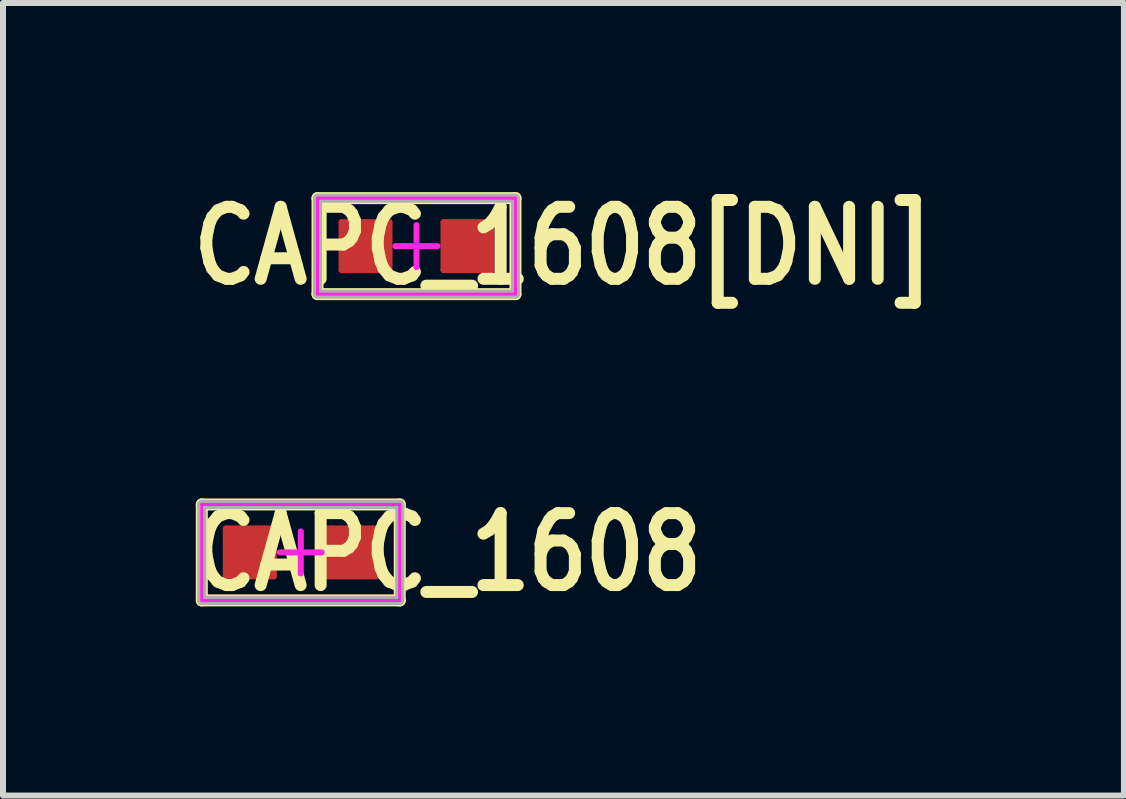
<source format=kicad_pcb>
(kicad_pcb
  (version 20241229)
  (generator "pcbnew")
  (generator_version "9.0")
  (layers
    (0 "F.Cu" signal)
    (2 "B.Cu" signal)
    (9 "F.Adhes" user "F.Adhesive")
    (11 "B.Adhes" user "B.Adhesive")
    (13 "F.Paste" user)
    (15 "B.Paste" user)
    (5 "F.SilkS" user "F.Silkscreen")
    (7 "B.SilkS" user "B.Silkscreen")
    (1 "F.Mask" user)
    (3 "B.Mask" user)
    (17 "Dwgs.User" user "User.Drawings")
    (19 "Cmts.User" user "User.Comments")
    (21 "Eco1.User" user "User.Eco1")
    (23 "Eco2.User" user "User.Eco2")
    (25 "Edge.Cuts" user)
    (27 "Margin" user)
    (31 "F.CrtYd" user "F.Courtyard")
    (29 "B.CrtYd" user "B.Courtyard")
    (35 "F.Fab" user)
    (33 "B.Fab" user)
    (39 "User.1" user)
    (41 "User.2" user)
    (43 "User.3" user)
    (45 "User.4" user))
  (footprint "CAPC_1608"
    (layer "F.Cu")
    (at 1.964 6.159)
    (property "Reference" "CAPC_1608" (at 2.45 0 0) (layer "F.SilkS") (effects (font (size 1.2 1) (thickness 0.2))))
    (attr through_hole)
    (fp_line (start -1.275 -0.4) (end -1.275 0.4) (stroke (width 0.05) (type solid)) (layer "F.Cu"))
    (fp_line (start -1.25 -0.425) (end -0.45 -0.425) (stroke (width 0.05) (type solid)) (layer "F.Cu"))
    (fp_line (start -1.25 -0.4) (end -1.25 0.4) (stroke (width 0.05) (type solid)) (layer "F.Cu"))
    (fp_line (start -1.25 -0.4) (end -0.45 -0.4) (stroke (width 0.05) (type solid)) (layer "F.Cu"))
    (fp_line (start -1.25 0.4) (end -0.45 0.4) (stroke (width 0.05) (type solid)) (layer "F.Cu"))
    (fp_line (start -1.25 0.425) (end -0.45 0.425) (stroke (width 0.05) (type solid)) (layer "F.Cu"))
    (fp_line (start -0.45 -0.4) (end -0.45 0.4) (stroke (width 0.05) (type solid)) (layer "F.Cu"))
    (fp_line (start -0.425 -0.4) (end -0.425 0.4) (stroke (width 0.05) (type solid)) (layer "F.Cu"))
    (fp_line (start 0.425 -0.4) (end 0.425 0.4) (stroke (width 0.05) (type solid)) (layer "F.Cu"))
    (fp_line (start 0.45 -0.425) (end 1.25 -0.425) (stroke (width 0.05) (type solid)) (layer "F.Cu"))
    (fp_line (start 0.45 -0.4) (end 0.45 0.4) (stroke (width 0.05) (type solid)) (layer "F.Cu"))
    (fp_line (start 0.45 -0.4) (end 1.25 -0.4) (stroke (width 0.05) (type solid)) (layer "F.Cu"))
    (fp_line (start 0.45 0.4) (end 1.25 0.4) (stroke (width 0.05) (type solid)) (layer "F.Cu"))
    (fp_line (start 0.45 0.425) (end 1.25 0.425) (stroke (width 0.05) (type solid)) (layer "F.Cu"))
    (fp_line (start 1.25 -0.4) (end 1.25 0.4) (stroke (width 0.05) (type solid)) (layer "F.Cu"))
    (fp_line (start 1.275 -0.4) (end 1.275 0.4) (stroke (width 0.05) (type solid)) (layer "F.Cu"))
    (fp_arc (start -1.275 -0.4) (mid -1.267693 -0.417662) (end -1.250044 -0.425) (stroke (width 0.05) (type solid)) (layer "F.Cu"))
    (fp_arc (start -1.25 0.425) (mid -1.267662 0.417693) (end -1.275 0.400044) (stroke (width 0.05) (type solid)) (layer "F.Cu"))
    (fp_arc (start -0.45 -0.425) (mid -0.432338 -0.417693) (end -0.425 -0.400044) (stroke (width 0.05) (type solid)) (layer "F.Cu"))
    (fp_arc (start -0.425 0.4) (mid -0.432307 0.417662) (end -0.449956 0.425) (stroke (width 0.05) (type solid)) (layer "F.Cu"))
    (fp_arc (start 0.425 -0.4) (mid 0.432307 -0.417662) (end 0.449956 -0.425) (stroke (width 0.05) (type solid)) (layer "F.Cu"))
    (fp_arc (start 0.45 0.425) (mid 0.432338 0.417693) (end 0.425 0.400044) (stroke (width 0.05) (type solid)) (layer "F.Cu"))
    (fp_arc (start 1.25 -0.425) (mid 1.267662 -0.417693) (end 1.275 -0.400044) (stroke (width 0.05) (type solid)) (layer "F.Cu"))
    (fp_arc (start 1.275 0.4) (mid 1.267693 0.417662) (end 1.250044 0.425) (stroke (width 0.05) (type solid)) (layer "F.Cu"))
    (fp_line (start -1.35 -0.4) (end -1.35 0.4) (stroke (width 0.1) (type solid)) (layer "F.Mask"))
    (fp_line (start -1.3 -0.45) (end -0.4 -0.45) (stroke (width 0.1) (type solid)) (layer "F.Mask"))
    (fp_line (start -1.3 0.45) (end -1.3 -0.45) (stroke (width 0.1) (type solid)) (layer "F.Mask"))
    (fp_line (start -1.3 0.45) (end -0.4 0.45) (stroke (width 0.1) (type solid)) (layer "F.Mask"))
    (fp_line (start -0.45 -0.5) (end -1.25 -0.5) (stroke (width 0.1) (type solid)) (layer "F.Mask"))
    (fp_line (start -0.45 0.5) (end -1.25 0.5) (stroke (width 0.1) (type solid)) (layer "F.Mask"))
    (fp_line (start -0.4 0.45) (end -0.4 -0.45) (stroke (width 0.1) (type solid)) (layer "F.Mask"))
    (fp_line (start -0.35 -0.4) (end -0.35 0.4) (stroke (width 0.1) (type solid)) (layer "F.Mask"))
    (fp_line (start 0.35 -0.4) (end 0.35 0.4) (stroke (width 0.1) (type solid)) (layer "F.Mask"))
    (fp_line (start 0.4 -0.45) (end 1.3 -0.45) (stroke (width 0.1) (type solid)) (layer "F.Mask"))
    (fp_line (start 0.4 0.45) (end 0.4 -0.45) (stroke (width 0.1) (type solid)) (layer "F.Mask"))
    (fp_line (start 0.4 0.45) (end 1.3 0.45) (stroke (width 0.1) (type solid)) (layer "F.Mask"))
    (fp_line (start 1.25 -0.5) (end 0.45 -0.5) (stroke (width 0.1) (type solid)) (layer "F.Mask"))
    (fp_line (start 1.25 0.5) (end 0.45 0.5) (stroke (width 0.1) (type solid)) (layer "F.Mask"))
    (fp_line (start 1.3 0.45) (end 1.3 -0.45) (stroke (width 0.1) (type solid)) (layer "F.Mask"))
    (fp_line (start 1.35 -0.4) (end 1.35 0.4) (stroke (width 0.1) (type solid)) (layer "F.Mask"))
    (fp_arc (start -1.349825 -0.4) (mid -1.320598 -0.470649) (end -1.25 -0.5) (stroke (width 0.1) (type solid)) (layer "F.Mask"))
    (fp_arc (start -1.25 0.5) (mid -1.320649 0.470773) (end -1.35 0.400175) (stroke (width 0.1) (type solid)) (layer "F.Mask"))
    (fp_arc (start -0.45 -0.499825) (mid -0.379351 -0.470598) (end -0.35 -0.4) (stroke (width 0.1) (type solid)) (layer "F.Mask"))
    (fp_arc (start -0.35 0.4) (mid -0.379227 0.470649) (end -0.449825 0.5) (stroke (width 0.1) (type solid)) (layer "F.Mask"))
    (fp_arc (start 0.350175 -0.4) (mid 0.379402 -0.470649) (end 0.45 -0.5) (stroke (width 0.1) (type solid)) (layer "F.Mask"))
    (fp_arc (start 0.45 0.5) (mid 0.379351 0.470773) (end 0.35 0.400175) (stroke (width 0.1) (type solid)) (layer "F.Mask"))
    (fp_arc (start 1.25 -0.499825) (mid 1.320649 -0.470598) (end 1.35 -0.4) (stroke (width 0.1) (type solid)) (layer "F.Mask"))
    (fp_arc (start 1.35 0.4) (mid 1.320773 0.470649) (end 1.250175 0.5) (stroke (width 0.1) (type solid)) (layer "F.Mask"))
    (fp_line (start -1.65 -0.8) (end 1.65 -0.8) (stroke (width 0.2) (type solid)) (layer "F.SilkS"))
    (fp_line (start -1.65 0.8) (end -1.65 -0.8) (stroke (width 0.2) (type solid)) (layer "F.SilkS"))
    (fp_line (start -1.65 0.8) (end 1.65 0.8) (stroke (width 0.2) (type solid)) (layer "F.SilkS"))
    (fp_line (start 1.65 -0.8) (end 1.65 0.8) (stroke (width 0.2) (type solid)) (layer "F.SilkS"))
    (fp_line (start -1.25 -0.4) (end -0.45 -0.4) (stroke (width 0.05) (type solid)) (layer "F.Paste"))
    (fp_line (start -1.25 0.4) (end -1.25 -0.4) (stroke (width 0.05) (type solid)) (layer "F.Paste"))
    (fp_line (start -0.45 -0.4) (end -0.45 0.4) (stroke (width 0.05) (type solid)) (layer "F.Paste"))
    (fp_line (start -0.45 0.4) (end -1.25 0.4) (stroke (width 0.05) (type solid)) (layer "F.Paste"))
    (fp_line (start 0.45 -0.4) (end 1.25 -0.4) (stroke (width 0.05) (type solid)) (layer "F.Paste"))
    (fp_line (start 0.45 0.4) (end 0.45 -0.4) (stroke (width 0.05) (type solid)) (layer "F.Paste"))
    (fp_line (start 1.25 -0.4) (end 1.25 0.4) (stroke (width 0.05) (type solid)) (layer "F.Paste"))
    (fp_line (start 1.25 0.4) (end 0.45 0.4) (stroke (width 0.05) (type solid)) (layer "F.Paste"))
    (fp_line (start -1.65 -0.8) (end 1.65 -0.8) (stroke (width 0.05) (type solid)) (layer "F.CrtYd"))
    (fp_line (start -1.65 0.8) (end -1.65 -0.8) (stroke (width 0.05) (type solid)) (layer "F.CrtYd"))
    (fp_line (start -0.35 0) (end 0.35 0) (stroke (width 0.1) (type solid)) (layer "F.CrtYd"))
    (fp_line (start 0 -0.35) (end 0 0.35) (stroke (width 0.1) (type solid)) (layer "F.CrtYd"))
    (fp_line (start 1.65 -0.8) (end 1.65 0.8) (stroke (width 0.05) (type solid)) (layer "F.CrtYd"))
    (fp_line (start 1.65 0.8) (end -1.65 0.8) (stroke (width 0.05) (type solid)) (layer "F.CrtYd"))
    (fp_line (start -1.65 -0.8) (end -1.65 0.8) (stroke (width 0.15) (type solid)) (layer "F.Fab"))
    (fp_line (start -1.65 0.8) (end 1.65 0.8) (stroke (width 0.15) (type solid)) (layer "F.Fab"))
    (fp_line (start 1.65 -0.8) (end -1.65 -0.8) (stroke (width 0.15) (type solid)) (layer "F.Fab"))
    (fp_line (start 1.65 0.8) (end 1.65 -0.8) (stroke (width 0.15) (type solid)) (layer "F.Fab"))
    (pad "1" smd rect (at -0.85 0) (size 0.8 0.8) (layers "F.Cu" "F.Mask" "F.Paste"))
    (pad "2" smd rect (at 0.85 0) (size 0.8 0.8) (layers "F.Cu" "F.Mask" "F.Paste")))
  (footprint "CAPC_1608[DNI]"
    (layer "F.Cu")
    (at 3.893 1.053)
    (property "Reference" "CAPC_1608[DNI]" (at 2.45 0 0) (layer "F.SilkS") (effects (font (size 1.2 1) (thickness 0.2))))
    (attr through_hole)
    (fp_line (start -1.275 -0.4) (end -1.275 0.4) (stroke (width 0.05) (type solid)) (layer "F.Cu"))
    (fp_line (start -1.25 -0.425) (end -0.45 -0.425) (stroke (width 0.05) (type solid)) (layer "F.Cu"))
    (fp_line (start -1.25 -0.4) (end -1.25 0.4) (stroke (width 0.05) (type solid)) (layer "F.Cu"))
    (fp_line (start -1.25 -0.4) (end -0.45 -0.4) (stroke (width 0.05) (type solid)) (layer "F.Cu"))
    (fp_line (start -1.25 0.4) (end -0.45 0.4) (stroke (width 0.05) (type solid)) (layer "F.Cu"))
    (fp_line (start -1.25 0.425) (end -0.45 0.425) (stroke (width 0.05) (type solid)) (layer "F.Cu"))
    (fp_line (start -0.45 -0.4) (end -0.45 0.4) (stroke (width 0.05) (type solid)) (layer "F.Cu"))
    (fp_line (start -0.425 -0.4) (end -0.425 0.4) (stroke (width 0.05) (type solid)) (layer "F.Cu"))
    (fp_line (start 0.425 -0.4) (end 0.425 0.4) (stroke (width 0.05) (type solid)) (layer "F.Cu"))
    (fp_line (start 0.45 -0.425) (end 1.25 -0.425) (stroke (width 0.05) (type solid)) (layer "F.Cu"))
    (fp_line (start 0.45 -0.4) (end 0.45 0.4) (stroke (width 0.05) (type solid)) (layer "F.Cu"))
    (fp_line (start 0.45 -0.4) (end 1.25 -0.4) (stroke (width 0.05) (type solid)) (layer "F.Cu"))
    (fp_line (start 0.45 0.4) (end 1.25 0.4) (stroke (width 0.05) (type solid)) (layer "F.Cu"))
    (fp_line (start 0.45 0.425) (end 1.25 0.425) (stroke (width 0.05) (type solid)) (layer "F.Cu"))
    (fp_line (start 1.25 -0.4) (end 1.25 0.4) (stroke (width 0.05) (type solid)) (layer "F.Cu"))
    (fp_line (start 1.275 -0.4) (end 1.275 0.4) (stroke (width 0.05) (type solid)) (layer "F.Cu"))
    (fp_arc (start -1.275 -0.4) (mid -1.267693 -0.417662) (end -1.250044 -0.425) (stroke (width 0.05) (type solid)) (layer "F.Cu"))
    (fp_arc (start -1.25 0.425) (mid -1.267662 0.417693) (end -1.275 0.400044) (stroke (width 0.05) (type solid)) (layer "F.Cu"))
    (fp_arc (start -0.45 -0.425) (mid -0.432338 -0.417693) (end -0.425 -0.400044) (stroke (width 0.05) (type solid)) (layer "F.Cu"))
    (fp_arc (start -0.425 0.4) (mid -0.432307 0.417662) (end -0.449956 0.425) (stroke (width 0.05) (type solid)) (layer "F.Cu"))
    (fp_arc (start 0.425 -0.4) (mid 0.432307 -0.417662) (end 0.449956 -0.425) (stroke (width 0.05) (type solid)) (layer "F.Cu"))
    (fp_arc (start 0.45 0.425) (mid 0.432338 0.417693) (end 0.425 0.400044) (stroke (width 0.05) (type solid)) (layer "F.Cu"))
    (fp_arc (start 1.25 -0.425) (mid 1.267662 -0.417693) (end 1.275 -0.400044) (stroke (width 0.05) (type solid)) (layer "F.Cu"))
    (fp_arc (start 1.275 0.4) (mid 1.267693 0.417662) (end 1.250044 0.425) (stroke (width 0.05) (type solid)) (layer "F.Cu"))
    (fp_line (start -1.35 -0.4) (end -1.35 0.4) (stroke (width 0.1) (type solid)) (layer "F.Mask"))
    (fp_line (start -1.3 -0.45) (end -0.4 -0.45) (stroke (width 0.1) (type solid)) (layer "F.Mask"))
    (fp_line (start -1.3 0.45) (end -1.3 -0.45) (stroke (width 0.1) (type solid)) (layer "F.Mask"))
    (fp_line (start -1.3 0.45) (end -0.4 0.45) (stroke (width 0.1) (type solid)) (layer "F.Mask"))
    (fp_line (start -0.45 -0.5) (end -1.25 -0.5) (stroke (width 0.1) (type solid)) (layer "F.Mask"))
    (fp_line (start -0.45 0.5) (end -1.25 0.5) (stroke (width 0.1) (type solid)) (layer "F.Mask"))
    (fp_line (start -0.4 0.45) (end -0.4 -0.45) (stroke (width 0.1) (type solid)) (layer "F.Mask"))
    (fp_line (start -0.35 -0.4) (end -0.35 0.4) (stroke (width 0.1) (type solid)) (layer "F.Mask"))
    (fp_line (start 0.35 -0.4) (end 0.35 0.4) (stroke (width 0.1) (type solid)) (layer "F.Mask"))
    (fp_line (start 0.4 -0.45) (end 1.3 -0.45) (stroke (width 0.1) (type solid)) (layer "F.Mask"))
    (fp_line (start 0.4 0.45) (end 0.4 -0.45) (stroke (width 0.1) (type solid)) (layer "F.Mask"))
    (fp_line (start 0.4 0.45) (end 1.3 0.45) (stroke (width 0.1) (type solid)) (layer "F.Mask"))
    (fp_line (start 1.25 -0.5) (end 0.45 -0.5) (stroke (width 0.1) (type solid)) (layer "F.Mask"))
    (fp_line (start 1.25 0.5) (end 0.45 0.5) (stroke (width 0.1) (type solid)) (layer "F.Mask"))
    (fp_line (start 1.3 0.45) (end 1.3 -0.45) (stroke (width 0.1) (type solid)) (layer "F.Mask"))
    (fp_line (start 1.35 -0.4) (end 1.35 0.4) (stroke (width 0.1) (type solid)) (layer "F.Mask"))
    (fp_arc (start -1.349825 -0.4) (mid -1.320598 -0.470649) (end -1.25 -0.5) (stroke (width 0.1) (type solid)) (layer "F.Mask"))
    (fp_arc (start -1.25 0.5) (mid -1.320649 0.470773) (end -1.35 0.400175) (stroke (width 0.1) (type solid)) (layer "F.Mask"))
    (fp_arc (start -0.45 -0.499825) (mid -0.379351 -0.470598) (end -0.35 -0.4) (stroke (width 0.1) (type solid)) (layer "F.Mask"))
    (fp_arc (start -0.35 0.4) (mid -0.379227 0.470649) (end -0.449825 0.5) (stroke (width 0.1) (type solid)) (layer "F.Mask"))
    (fp_arc (start 0.350175 -0.4) (mid 0.379402 -0.470649) (end 0.45 -0.5) (stroke (width 0.1) (type solid)) (layer "F.Mask"))
    (fp_arc (start 0.45 0.5) (mid 0.379351 0.470773) (end 0.35 0.400175) (stroke (width 0.1) (type solid)) (layer "F.Mask"))
    (fp_arc (start 1.25 -0.499825) (mid 1.320649 -0.470598) (end 1.35 -0.4) (stroke (width 0.1) (type solid)) (layer "F.Mask"))
    (fp_arc (start 1.35 0.4) (mid 1.320773 0.470649) (end 1.250175 0.5) (stroke (width 0.1) (type solid)) (layer "F.Mask"))
    (fp_line (start -1.65 -0.8) (end 1.65 -0.8) (stroke (width 0.2) (type solid)) (layer "F.SilkS"))
    (fp_line (start -1.65 0.8) (end -1.65 -0.8) (stroke (width 0.2) (type solid)) (layer "F.SilkS"))
    (fp_line (start -1.65 0.8) (end 1.65 0.8) (stroke (width 0.2) (type solid)) (layer "F.SilkS"))
    (fp_line (start 1.65 -0.8) (end 1.65 0.8) (stroke (width 0.2) (type solid)) (layer "F.SilkS"))
    (fp_line (start -1.25 -0.4) (end -0.45 -0.4) (stroke (width 0.05) (type solid)) (layer "F.Paste"))
    (fp_line (start -1.25 0.4) (end -1.25 -0.4) (stroke (width 0.05) (type solid)) (layer "F.Paste"))
    (fp_line (start -0.45 -0.4) (end -0.45 0.4) (stroke (width 0.05) (type solid)) (layer "F.Paste"))
    (fp_line (start -0.45 0.4) (end -1.25 0.4) (stroke (width 0.05) (type solid)) (layer "F.Paste"))
    (fp_line (start 0.45 -0.4) (end 1.25 -0.4) (stroke (width 0.05) (type solid)) (layer "F.Paste"))
    (fp_line (start 0.45 0.4) (end 0.45 -0.4) (stroke (width 0.05) (type solid)) (layer "F.Paste"))
    (fp_line (start 1.25 -0.4) (end 1.25 0.4) (stroke (width 0.05) (type solid)) (layer "F.Paste"))
    (fp_line (start 1.25 0.4) (end 0.45 0.4) (stroke (width 0.05) (type solid)) (layer "F.Paste"))
    (fp_line (start -1.65 -0.8) (end 1.65 -0.8) (stroke (width 0.05) (type solid)) (layer "F.CrtYd"))
    (fp_line (start -1.65 0.8) (end -1.65 -0.8) (stroke (width 0.05) (type solid)) (layer "F.CrtYd"))
    (fp_line (start -0.35 0) (end 0.35 0) (stroke (width 0.1) (type solid)) (layer "F.CrtYd"))
    (fp_line (start 0 -0.35) (end 0 0.35) (stroke (width 0.1) (type solid)) (layer "F.CrtYd"))
    (fp_line (start 1.65 -0.8) (end 1.65 0.8) (stroke (width 0.05) (type solid)) (layer "F.CrtYd"))
    (fp_line (start 1.65 0.8) (end -1.65 0.8) (stroke (width 0.05) (type solid)) (layer "F.CrtYd"))
    (fp_line (start -1.65 -0.8) (end -1.65 0.8) (stroke (width 0.15) (type solid)) (layer "F.Fab"))
    (fp_line (start -1.65 0.8) (end 1.65 0.8) (stroke (width 0.15) (type solid)) (layer "F.Fab"))
    (fp_line (start 1.65 -0.8) (end -1.65 -0.8) (stroke (width 0.15) (type solid)) (layer "F.Fab"))
    (fp_line (start 1.65 0.8) (end 1.65 -0.8) (stroke (width 0.15) (type solid)) (layer "F.Fab"))
    (pad "1" smd rect (at -0.85 0) (size 0.8 0.8) (layers "F.Cu" "F.Mask" "F.Paste"))
    (pad "2" smd rect (at 0.85 0) (size 0.8 0.8) (layers "F.Cu" "F.Mask" "F.Paste")))
  (gr_rect
    (start -3 -3)
    (end 15.686 10.212)
    (stroke (width 0.1) (type default))
    (fill no)
    (layer "Edge.Cuts")))
</source>
